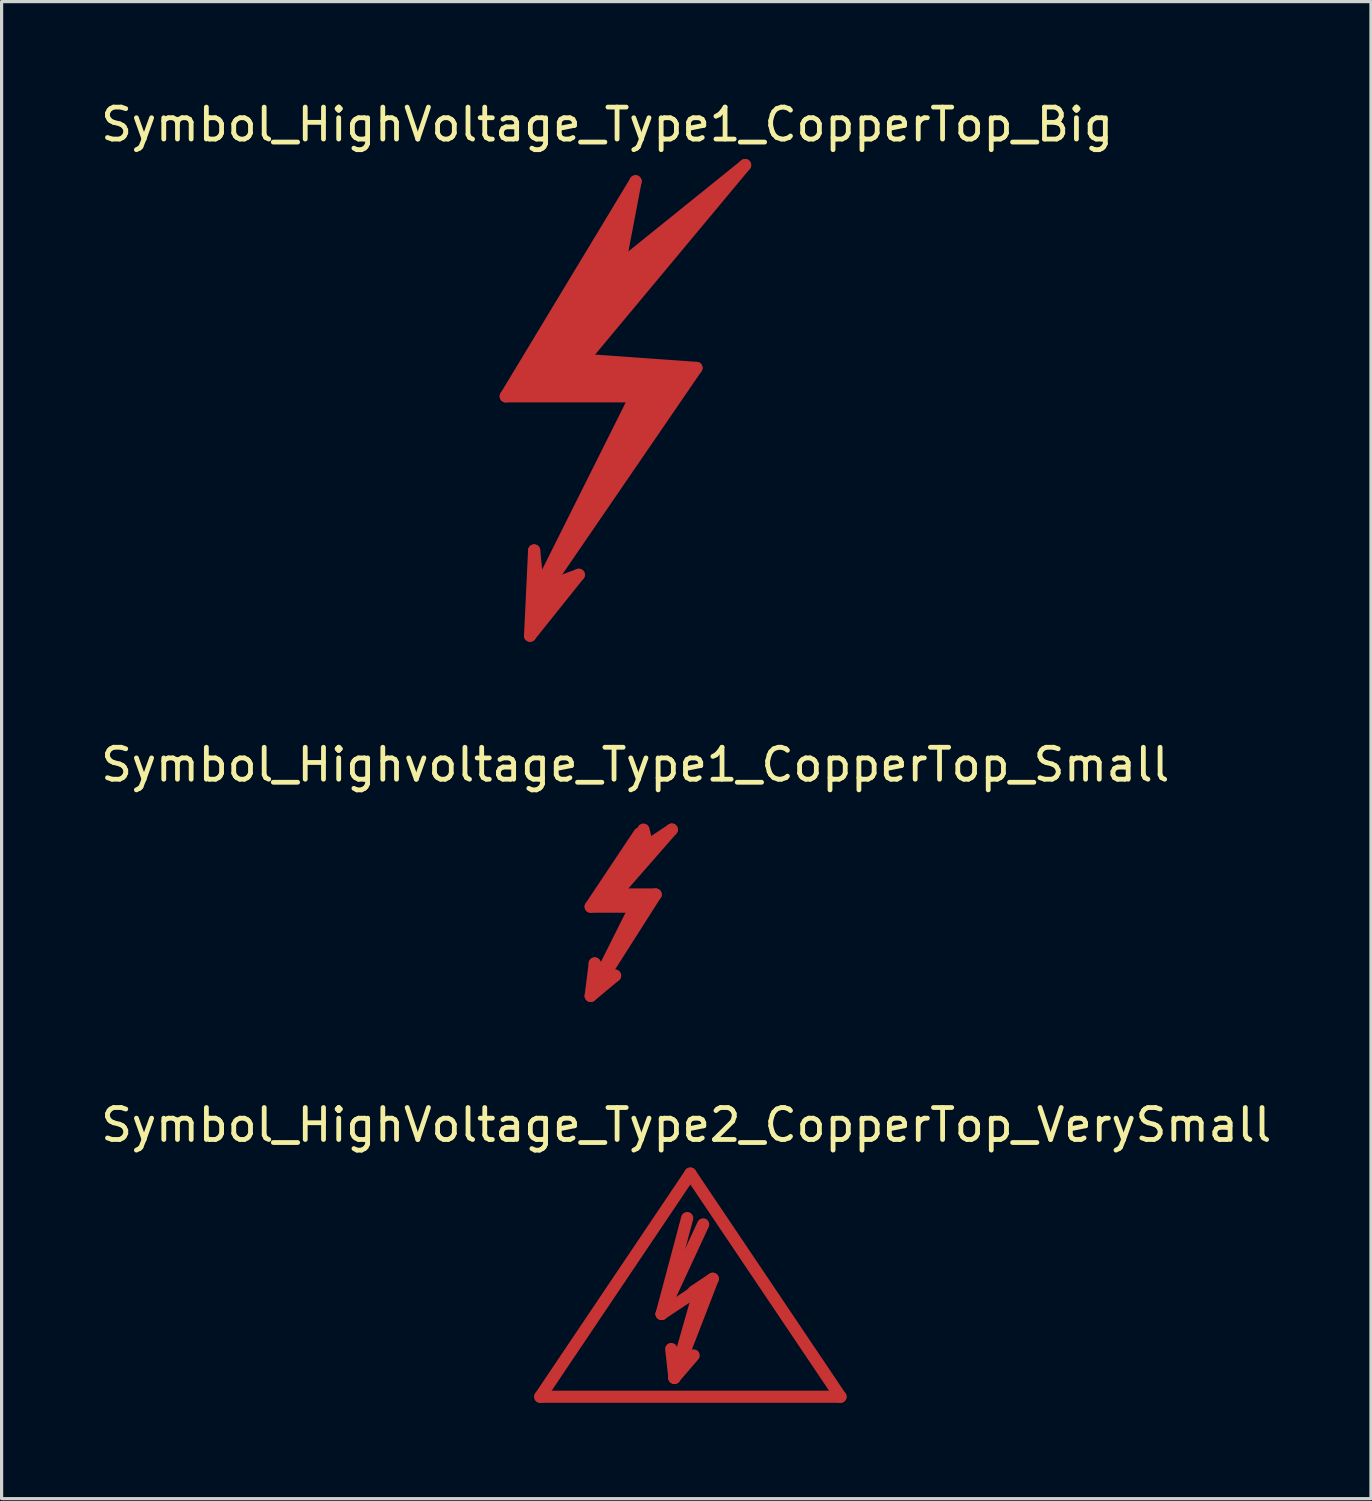
<source format=kicad_pcb>
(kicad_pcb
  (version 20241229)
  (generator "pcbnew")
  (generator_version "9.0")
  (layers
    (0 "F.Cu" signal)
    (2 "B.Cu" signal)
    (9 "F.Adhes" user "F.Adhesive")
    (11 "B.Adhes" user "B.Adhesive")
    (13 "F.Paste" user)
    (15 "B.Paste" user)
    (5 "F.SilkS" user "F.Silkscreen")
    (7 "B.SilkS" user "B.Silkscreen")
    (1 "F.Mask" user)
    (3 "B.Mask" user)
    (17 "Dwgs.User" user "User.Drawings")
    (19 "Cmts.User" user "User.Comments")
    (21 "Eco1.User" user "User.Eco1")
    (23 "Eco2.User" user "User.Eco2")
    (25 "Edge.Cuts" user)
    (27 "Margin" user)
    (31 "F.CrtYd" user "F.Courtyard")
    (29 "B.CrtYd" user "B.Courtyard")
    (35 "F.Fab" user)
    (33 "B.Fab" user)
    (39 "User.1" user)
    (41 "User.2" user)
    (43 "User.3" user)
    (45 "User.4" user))
  (footprint "Symbol_HighVoltage_Type1_CopperTop_Big"
    (layer "F.Cu")
    (at 15.958 8.976)
    (property "Reference" "Symbol_HighVoltage_Type1_CopperTop_Big" (at 0 -8.128 0) (layer "F.SilkS") (effects (font (size 1 1) (thickness 0.15))))
    (attr through_hole)
    (fp_line (start -3.175 0.381) (end 0.889 0.381) (stroke (width 0.381) (type solid)) (layer "F.Cu"))
    (fp_line (start -2.794 0.254) (end 0.381 -4.318) (stroke (width 0.381) (type solid)) (layer "F.Cu"))
    (fp_line (start -2.413 0.127) (end 0.254 -3.556) (stroke (width 0.381) (type solid)) (layer "F.Cu"))
    (fp_line (start -2.413 7.874) (end -0.889 5.969) (stroke (width 0.381) (type solid)) (layer "F.Cu"))
    (fp_line (start -2.286 5.207) (end -2.413 7.874) (stroke (width 0.381) (type solid)) (layer "F.Cu"))
    (fp_line (start -2.286 7.239) (end -1.905 6.35) (stroke (width 0.381) (type solid)) (layer "F.Cu"))
    (fp_line (start -2.159 6.477) (end -2.286 5.207) (stroke (width 0.381) (type solid)) (layer "F.Cu"))
    (fp_line (start -2.032 0.127) (end 2.667 -5.207) (stroke (width 0.381) (type solid)) (layer "F.Cu"))
    (fp_line (start -1.905 6.096) (end -1.778 6.223) (stroke (width 0.381) (type solid)) (layer "F.Cu"))
    (fp_line (start -1.905 6.35) (end -1.778 5.969) (stroke (width 0.381) (type solid)) (layer "F.Cu"))
    (fp_line (start -1.905 6.35) (end 2.794 -0.508) (stroke (width 0.381) (type solid)) (layer "F.Cu"))
    (fp_line (start -1.778 5.969) (end -1.905 6.096) (stroke (width 0.381) (type solid)) (layer "F.Cu"))
    (fp_line (start -1.651 0.254) (end 2.032 0.127) (stroke (width 0.381) (type solid)) (layer "F.Cu"))
    (fp_line (start -1.524 6.477) (end -2.286 7.239) (stroke (width 0.381) (type solid)) (layer "F.Cu"))
    (fp_line (start -1.397 5.461) (end 1.397 0.127) (stroke (width 0.381) (type solid)) (layer "F.Cu"))
    (fp_line (start -1.143 0) (end 1.905 -0.127) (stroke (width 0.381) (type solid)) (layer "F.Cu"))
    (fp_line (start -1.016 -1.524) (end 1.524 -4.445) (stroke (width 0.381) (type solid)) (layer "F.Cu"))
    (fp_line (start -1.016 -1.016) (end -0.762 -0.381) (stroke (width 0.381) (type solid)) (layer "F.Cu"))
    (fp_line (start -1.016 -0.381) (end -1.143 0) (stroke (width 0.381) (type solid)) (layer "F.Cu"))
    (fp_line (start -0.889 5.969) (end -1.905 6.35) (stroke (width 0.381) (type solid)) (layer "F.Cu"))
    (fp_line (start -0.762 -0.762) (end 4.318 -6.858) (stroke (width 0.381) (type solid)) (layer "F.Cu"))
    (fp_line (start 0.254 -3.556) (end -2.032 0.127) (stroke (width 0.381) (type solid)) (layer "F.Cu"))
    (fp_line (start 0.381 -4.318) (end -2.413 0.127) (stroke (width 0.381) (type solid)) (layer "F.Cu"))
    (fp_line (start 0.381 -3.683) (end 0.889 -6.35) (stroke (width 0.381) (type solid)) (layer "F.Cu"))
    (fp_line (start 0.508 -5.588) (end 0.381 -4.953) (stroke (width 0.381) (type solid)) (layer "F.Cu"))
    (fp_line (start 0.508 -5.08) (end -2.794 0.254) (stroke (width 0.381) (type solid)) (layer "F.Cu"))
    (fp_line (start 0.889 -6.35) (end -3.175 0.381) (stroke (width 0.381) (type solid)) (layer "F.Cu"))
    (fp_line (start 0.889 0.381) (end -2.159 6.477) (stroke (width 0.381) (type solid)) (layer "F.Cu"))
    (fp_line (start 1.397 0.127) (end 2.032 0.127) (stroke (width 0.381) (type solid)) (layer "F.Cu"))
    (fp_line (start 1.524 -4.445) (end -1.651 0.254) (stroke (width 0.381) (type solid)) (layer "F.Cu"))
    (fp_line (start 1.905 -0.127) (end -1.397 5.461) (stroke (width 0.381) (type solid)) (layer "F.Cu"))
    (fp_line (start 2.032 0.127) (end 0.762 2.159) (stroke (width 0.381) (type solid)) (layer "F.Cu"))
    (fp_line (start 2.032 0.127) (end 2.413 -0.381) (stroke (width 0.381) (type solid)) (layer "F.Cu"))
    (fp_line (start 2.413 -0.381) (end -1.016 -0.381) (stroke (width 0.381) (type solid)) (layer "F.Cu"))
    (fp_line (start 2.667 -5.207) (end -1.016 -1.524) (stroke (width 0.381) (type solid)) (layer "F.Cu"))
    (fp_line (start 2.794 -0.508) (end -0.762 -0.762) (stroke (width 0.381) (type solid)) (layer "F.Cu"))
    (fp_line (start 3.048 -5.461) (end 0.127 -3.175) (stroke (width 0.381) (type solid)) (layer "F.Cu"))
    (fp_line (start 4.318 -6.858) (end 0.381 -3.683) (stroke (width 0.381) (type solid)) (layer "F.Cu")))
  (footprint "Symbol_Highvoltage_Type1_CopperTop_Small"
    (layer "F.Cu")
    (at 15.823 26.096)
    (property "Reference" "Symbol_Highvoltage_Type1_CopperTop_Small" (at 1.016 -5.207 0) (layer "F.SilkS") (effects (font (size 1 1) (thickness 0.15))))
    (attr through_hole)
    (fp_line (start -0.381 -0.762) (end 1.016 -0.762) (stroke (width 0.381) (type solid)) (layer "F.Cu"))
    (fp_line (start -0.381 2.032) (end 0.381 1.397) (stroke (width 0.381) (type solid)) (layer "F.Cu"))
    (fp_line (start -0.254 1.016) (end -0.381 2.032) (stroke (width 0.381) (type solid)) (layer "F.Cu"))
    (fp_line (start -0.127 1.524) (end -0.254 1.016) (stroke (width 0.381) (type solid)) (layer "F.Cu"))
    (fp_line (start -0.127 1.651) (end 1.651 -1.143) (stroke (width 0.381) (type solid)) (layer "F.Cu"))
    (fp_line (start 0 -0.889) (end 1.27 -0.889) (stroke (width 0.381) (type solid)) (layer "F.Cu"))
    (fp_line (start 0.381 -1.143) (end 2.159 -3.175) (stroke (width 0.381) (type solid)) (layer "F.Cu"))
    (fp_line (start 0.381 1.397) (end -0.127 1.651) (stroke (width 0.381) (type solid)) (layer "F.Cu"))
    (fp_line (start 1.016 -0.762) (end -0.127 1.524) (stroke (width 0.381) (type solid)) (layer "F.Cu"))
    (fp_line (start 1.143 -3.048) (end -0.381 -0.762) (stroke (width 0.381) (type solid)) (layer "F.Cu"))
    (fp_line (start 1.397 -2.794) (end 0 -0.889) (stroke (width 0.381) (type solid)) (layer "F.Cu"))
    (fp_line (start 1.397 -2.667) (end 1.27 -3.175) (stroke (width 0.381) (type solid)) (layer "F.Cu"))
    (fp_line (start 1.651 -1.143) (end 0.381 -1.143) (stroke (width 0.381) (type solid)) (layer "F.Cu"))
    (fp_line (start 2.159 -3.175) (end 1.397 -2.667) (stroke (width 0.381) (type solid)) (layer "F.Cu")))
  (footprint "Symbol_HighVoltage_Type2_CopperTop_VerySmall"
    (layer "F.Cu")
    (at 18.562 37.882)
    (property "Reference" "Symbol_HighVoltage_Type2_CopperTop_VerySmall" (at -0.127 -5.715 0) (layer "F.SilkS") (effects (font (size 1 1) (thickness 0.15))))
    (attr through_hole)
    (fp_line (start -4.699 2.794) (end 0 -4.191) (stroke (width 0.381) (type solid)) (layer "F.Cu"))
    (fp_line (start -0.899 0.201) (end 0.3 -0.599) (stroke (width 0.381) (type solid)) (layer "F.Cu"))
    (fp_line (start -0.899 0.201) (end 0.401 -2.601) (stroke (width 0.381) (type solid)) (layer "F.Cu"))
    (fp_line (start -0.498 2.2) (end -0.599 1.3) (stroke (width 0.381) (type solid)) (layer "F.Cu"))
    (fp_line (start -0.498 2.2) (end 0.102 1.501) (stroke (width 0.381) (type solid)) (layer "F.Cu"))
    (fp_line (start -0.498 2.2) (end 0.701 -0.899) (stroke (width 0.381) (type solid)) (layer "F.Cu"))
    (fp_line (start -0.099 -2.799) (end -0.899 0.201) (stroke (width 0.381) (type solid)) (layer "F.Cu"))
    (fp_line (start 0 -4.191) (end 4.699 2.794) (stroke (width 0.381) (type solid)) (layer "F.Cu"))
    (fp_line (start 0.3 -0.599) (end -0.498 2.2) (stroke (width 0.381) (type solid)) (layer "F.Cu"))
    (fp_line (start 0.701 -0.899) (end 0.102 -0.5) (stroke (width 0.381) (type solid)) (layer "F.Cu"))
    (fp_line (start 4.699 2.794) (end -4.699 2.794) (stroke (width 0.381) (type solid)) (layer "F.Cu")))
  (gr_rect
    (start -3 -3)
    (end 39.869 43.866)
    (stroke (width 0.1) (type default))
    (fill no)
    (layer "Edge.Cuts")))
</source>
